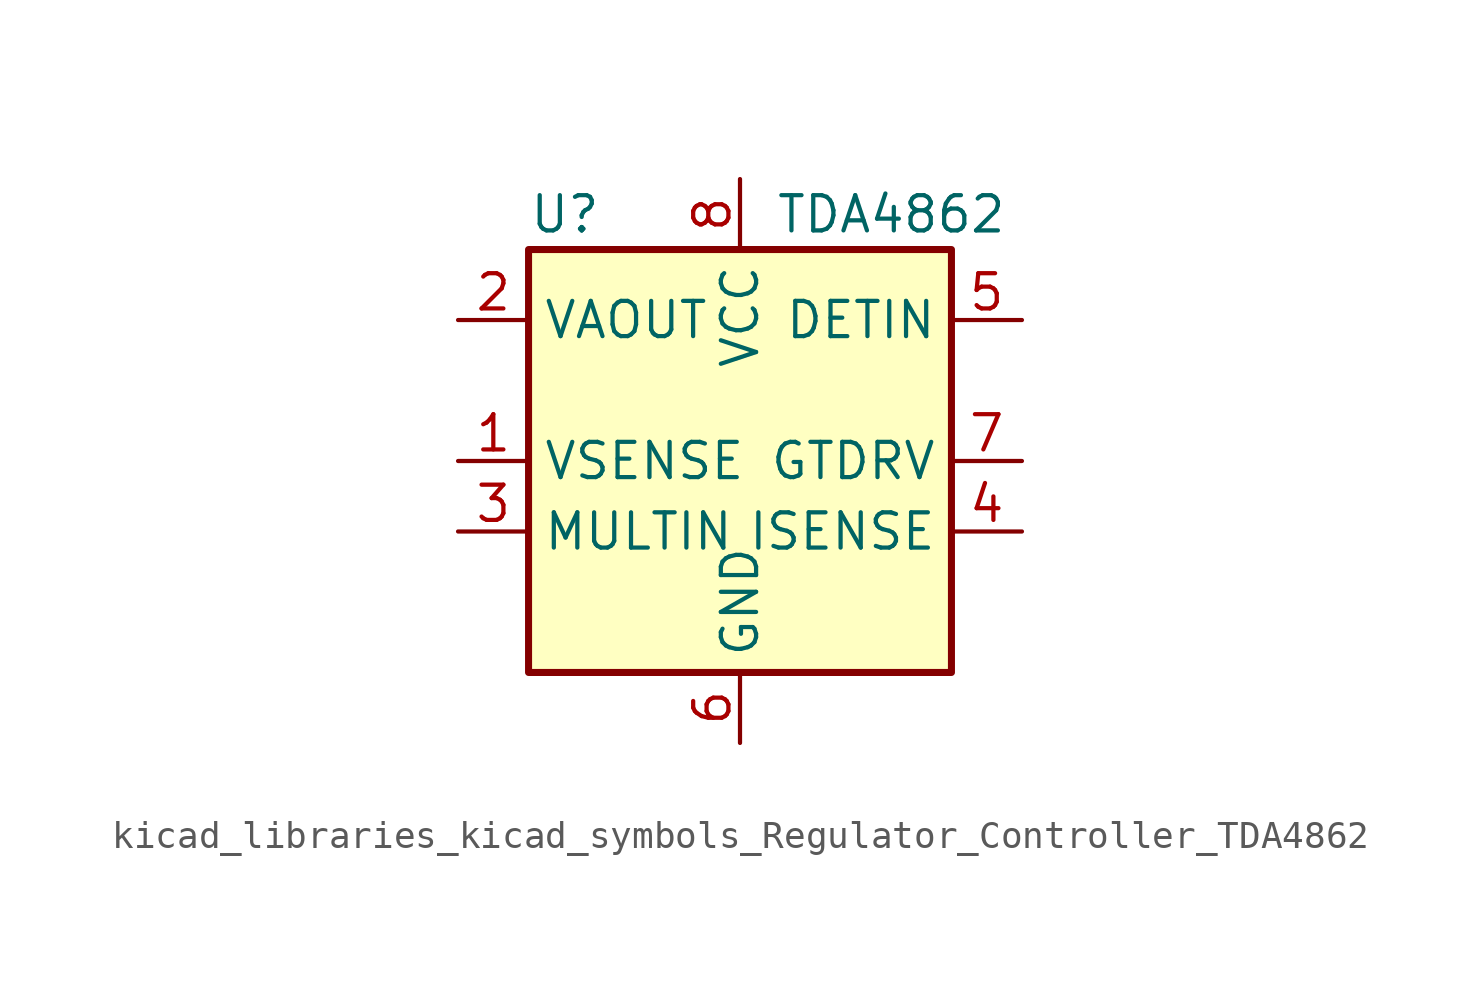
<source format=kicad_sym>
(kicad_symbol_lib
  (version 20220914)
  (generator kicad_symbol_editor)
  (symbol "kicad_libraries_kicad_symbols_Regulator_Controller_TDA4862"
    (property "Reference" "U"
      (at -7.62 8.89 0)
      (effects (font (size 1.27 1.27)) (justify left)))
    (property "Value" "TDA4862"
      (at 1.27 8.89 0)
      (effects (font (size 1.27 1.27)) (justify left)))
    (symbol "kicad_libraries_kicad_symbols_Regulator_Controller_TDA4862_0_0"
      (rectangle (start -7.62 7.62) (end 7.62 -7.62) (stroke (width 0.254) (type default)) (fill (type background))))
    (symbol "kicad_libraries_kicad_symbols_Regulator_Controller_TDA4862_1_1"
      (pin input line (at -10.16 0 0) (length 2.54) (name "VSENSE" (effects (font (size 1.27 1.27)))) (number "1" (effects (font (size 1.27 1.27)))))
      (pin output line (at -10.16 5.08 0) (length 2.54) (name "VAOUT" (effects (font (size 1.27 1.27)))) (number "2" (effects (font (size 1.27 1.27)))))
      (pin input line (at -10.16 -2.54 0) (length 2.54) (name "MULTIN" (effects (font (size 1.27 1.27)))) (number "3" (effects (font (size 1.27 1.27)))))
      (pin input line (at 10.16 -2.54 180) (length 2.54) (name "ISENSE" (effects (font (size 1.27 1.27)))) (number "4" (effects (font (size 1.27 1.27)))))
      (pin passive line (at 10.16 5.08 180) (length 2.54) (name "DETIN" (effects (font (size 1.27 1.27)))) (number "5" (effects (font (size 1.27 1.27)))))
      (pin power_in line (at 0 -10.16 90) (length 2.54) (name "GND" (effects (font (size 1.27 1.27)))) (number "6" (effects (font (size 1.27 1.27)))))
      (pin output line (at 10.16 0 180) (length 2.54) (name "GTDRV" (effects (font (size 1.27 1.27)))) (number "7" (effects (font (size 1.27 1.27)))))
      (pin power_in line (at 0 10.16 270) (length 2.54) (name "VCC" (effects (font (size 1.27 1.27)))) (number "8" (effects (font (size 1.27 1.27))))))))
</source>
